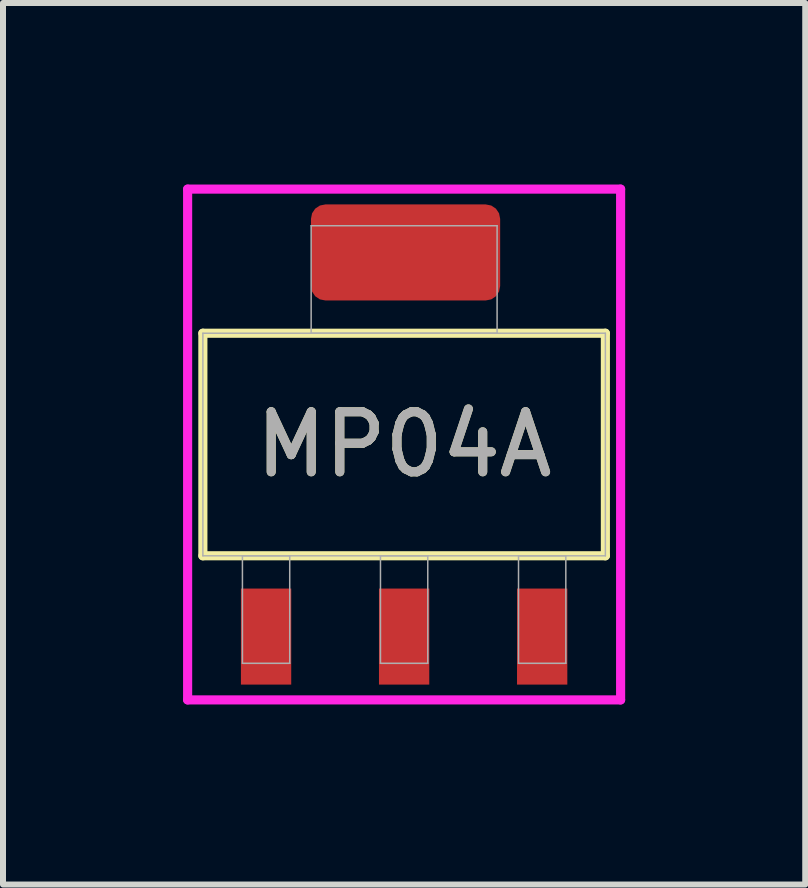
<source format=kicad_pcb>
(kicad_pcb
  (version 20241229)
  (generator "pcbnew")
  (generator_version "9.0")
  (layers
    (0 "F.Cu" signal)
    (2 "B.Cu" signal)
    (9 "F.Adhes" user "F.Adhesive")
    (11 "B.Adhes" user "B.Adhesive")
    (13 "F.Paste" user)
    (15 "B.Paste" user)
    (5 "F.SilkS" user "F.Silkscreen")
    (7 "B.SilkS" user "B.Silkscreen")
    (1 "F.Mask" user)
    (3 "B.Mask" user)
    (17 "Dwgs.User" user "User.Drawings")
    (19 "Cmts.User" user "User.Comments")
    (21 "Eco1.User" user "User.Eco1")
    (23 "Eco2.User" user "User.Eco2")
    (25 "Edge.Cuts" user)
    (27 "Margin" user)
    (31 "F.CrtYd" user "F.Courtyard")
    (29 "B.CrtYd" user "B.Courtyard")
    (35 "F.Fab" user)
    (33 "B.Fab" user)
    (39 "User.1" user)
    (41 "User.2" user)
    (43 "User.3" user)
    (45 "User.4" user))
  (footprint "MP04A"
    (layer "F.Cu")
    (at 3.683 4.356)
    (property "Reference" "MP04A" (at 0 0 0) (unlocked yes) (layer "F.SilkS") (effects (font (size 1 1) (thickness 0.15))))
    (attr smd)
    (fp_poly (pts (xy 1.6 -4.356) (xy -1.6 -4.356) (xy -1.6 -2.045) (xy 1.6 -2.045)) (stroke (width 0) (type solid)) (fill yes) (layer "F.Mask"))
    (fp_line (start -3.353 -1.854) (end -3.353 1.854) (stroke (width 0.152) (type solid)) (layer "F.SilkS"))
    (fp_line (start -3.353 1.854) (end 3.353 1.854) (stroke (width 0.152) (type solid)) (layer "F.SilkS"))
    (fp_line (start 3.353 -1.854) (end -3.353 -1.854) (stroke (width 0.152) (type solid)) (layer "F.SilkS"))
    (fp_line (start 3.353 1.854) (end 3.353 -1.854) (stroke (width 0.152) (type solid)) (layer "F.SilkS"))
    (fp_poly (pts (xy 1.575 -4) (xy -1.575 -4) (xy -1.575 -2.4) (xy 1.575 -2.4)) (stroke (width 0) (type solid)) (fill yes) (layer "F.Paste"))
    (fp_line (start -3.607 -4.255) (end 3.607 -4.255) (stroke (width 0.152) (type solid)) (layer "F.CrtYd"))
    (fp_line (start -3.607 4.255) (end -3.607 -4.255) (stroke (width 0.152) (type solid)) (layer "F.CrtYd"))
    (fp_line (start 3.607 -4.255) (end 3.607 4.255) (stroke (width 0.152) (type solid)) (layer "F.CrtYd"))
    (fp_line (start 3.607 4.255) (end -3.607 4.255) (stroke (width 0.152) (type solid)) (layer "F.CrtYd"))
    (fp_line (start -3.353 -1.854) (end -3.353 1.854) (stroke (width 0.025) (type solid)) (layer "F.Fab"))
    (fp_line (start -3.353 1.854) (end 3.353 1.854) (stroke (width 0.025) (type solid)) (layer "F.Fab"))
    (fp_line (start -2.694 1.854) (end -2.694 3.645) (stroke (width 0.025) (type solid)) (layer "F.Fab"))
    (fp_line (start -2.694 3.645) (end -1.906 3.645) (stroke (width 0.025) (type solid)) (layer "F.Fab"))
    (fp_line (start -1.906 1.854) (end -2.694 1.854) (stroke (width 0.025) (type solid)) (layer "F.Fab"))
    (fp_line (start -1.906 3.645) (end -1.906 1.854) (stroke (width 0.025) (type solid)) (layer "F.Fab"))
    (fp_line (start -1.549 -3.645) (end -1.549 -1.854) (stroke (width 0.025) (type solid)) (layer "F.Fab"))
    (fp_line (start -1.549 -1.854) (end 1.549 -1.854) (stroke (width 0.025) (type solid)) (layer "F.Fab"))
    (fp_line (start -0.394 1.854) (end -0.394 3.645) (stroke (width 0.025) (type solid)) (layer "F.Fab"))
    (fp_line (start -0.394 3.645) (end 0.394 3.645) (stroke (width 0.025) (type solid)) (layer "F.Fab"))
    (fp_line (start 0.394 1.854) (end -0.394 1.854) (stroke (width 0.025) (type solid)) (layer "F.Fab"))
    (fp_line (start 0.394 3.645) (end 0.394 1.854) (stroke (width 0.025) (type solid)) (layer "F.Fab"))
    (fp_line (start 1.549 -3.645) (end -1.549 -3.645) (stroke (width 0.025) (type solid)) (layer "F.Fab"))
    (fp_line (start 1.549 -1.854) (end 1.549 -3.645) (stroke (width 0.025) (type solid)) (layer "F.Fab"))
    (fp_line (start 1.906 1.854) (end 1.906 3.645) (stroke (width 0.025) (type solid)) (layer "F.Fab"))
    (fp_line (start 1.906 3.645) (end 2.694 3.645) (stroke (width 0.025) (type solid)) (layer "F.Fab"))
    (fp_line (start 2.694 1.854) (end 1.906 1.854) (stroke (width 0.025) (type solid)) (layer "F.Fab"))
    (fp_line (start 2.694 3.645) (end 2.694 1.854) (stroke (width 0.025) (type solid)) (layer "F.Fab"))
    (fp_line (start 3.353 -1.854) (end -3.353 -1.854) (stroke (width 0.025) (type solid)) (layer "F.Fab"))
    (fp_line (start 3.353 1.854) (end 3.353 -1.854) (stroke (width 0.025) (type solid)) (layer "F.Fab"))
    (fp_text user "${REFERENCE}" (at 0 0 0) (unlocked yes) (layer "F.Fab") (effects (font (size 1 1) (thickness 0.15))))
    (pad "1" smd rect (at -2.3 3.2) (size 0.838 1.6) (layers "F.Cu" "F.Mask" "F.Paste"))
    (pad "2" smd rect (at 0 3.2) (size 0.838 1.6) (layers "F.Cu" "F.Mask" "F.Paste"))
    (pad "3" smd rect (at 2.3 3.2) (size 0.838 1.6) (layers "F.Cu" "F.Mask" "F.Paste"))
    (pad "4" smd roundrect (at 0.024 -3.2) (size 3.152 1.6) (layers "F.Cu" "F.Mask" "F.Paste") (roundrect_rratio 0.15)))
  (gr_rect
    (start -3 -3)
    (end 10.366 11.687)
    (stroke (width 0.1) (type default))
    (fill no)
    (layer "Edge.Cuts")))
</source>
